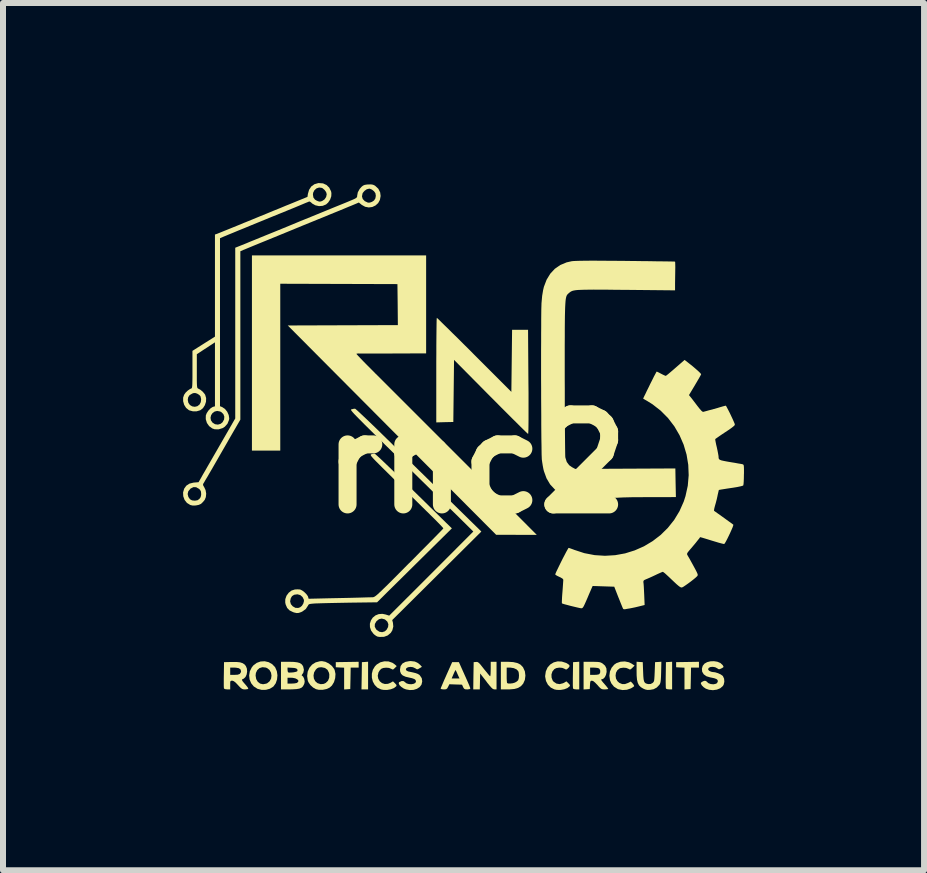
<source format=kicad_pcb>
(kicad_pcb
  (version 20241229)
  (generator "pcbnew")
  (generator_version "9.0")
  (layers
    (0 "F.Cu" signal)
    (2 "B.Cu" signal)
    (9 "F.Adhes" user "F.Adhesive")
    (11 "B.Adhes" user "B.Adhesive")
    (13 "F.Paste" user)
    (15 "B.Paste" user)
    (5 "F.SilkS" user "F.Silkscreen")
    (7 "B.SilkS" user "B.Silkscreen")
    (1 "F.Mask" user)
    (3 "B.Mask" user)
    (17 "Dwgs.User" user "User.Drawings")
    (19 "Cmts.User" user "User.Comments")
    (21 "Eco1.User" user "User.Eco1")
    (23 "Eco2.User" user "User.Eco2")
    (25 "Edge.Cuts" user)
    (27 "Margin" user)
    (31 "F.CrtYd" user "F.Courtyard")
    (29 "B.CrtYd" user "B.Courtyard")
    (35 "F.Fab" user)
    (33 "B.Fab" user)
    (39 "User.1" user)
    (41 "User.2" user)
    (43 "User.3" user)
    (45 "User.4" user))
  (footprint "rnc2"
    (layer "F.Cu")
    (at 4.883 4.675)
    (property "Reference" "rnc2" (at 0 0 0) (layer "F.SilkS") (effects (font (size 1.5 1.5) (thickness 0.3))))
    (attr board_only exclude_from_pos_files exclude_from_bom)
    (fp_poly (pts (xy -1.801 3.529) (xy -1.801 3.76) (xy -1.856 3.76) (xy -1.911 3.76) (xy -1.907 3.533) (xy -1.904 3.306) (xy -1.853 3.303) (xy -1.801 3.299)) (stroke (width 0) (type solid)) (fill yes) (layer "F.SilkS"))
    (fp_poly (pts (xy 1.717 3.529) (xy 1.717 3.76) (xy 1.668 3.76) (xy 1.634 3.756) (xy 1.615 3.747) (xy 1.613 3.744) (xy 1.612 3.728) (xy 1.61 3.691) (xy 1.61 3.639) (xy 1.61 3.575) (xy 1.611 3.518) (xy 1.614 3.306) (xy 1.665 3.303) (xy 1.717 3.299)) (stroke (width 0) (type solid)) (fill yes) (layer "F.SilkS"))
    (fp_poly (pts (xy 3.264 3.529) (xy 3.264 3.76) (xy 3.215 3.76) (xy 3.181 3.756) (xy 3.162 3.747) (xy 3.161 3.744) (xy 3.159 3.728) (xy 3.158 3.691) (xy 3.157 3.639) (xy 3.157 3.575) (xy 3.158 3.518) (xy 3.161 3.306) (xy 3.213 3.303) (xy 3.264 3.299)) (stroke (width 0) (type solid)) (fill yes) (layer "F.SilkS"))
    (fp_poly (pts (xy -1.958 3.348) (xy -1.958 3.397) (xy -2.025 3.397) (xy -2.091 3.397) (xy -2.094 3.575) (xy -2.098 3.754) (xy -2.149 3.758) (xy -2.2 3.761) (xy -2.2 3.58) (xy -2.2 3.398) (xy -2.27 3.395) (xy -2.339 3.391) (xy -2.339 3.349) (xy -2.339 3.306) (xy -2.149 3.303) (xy -1.958 3.3)) (stroke (width 0) (type solid)) (fill yes) (layer "F.SilkS"))
    (fp_poly (pts (xy 3.711 3.348) (xy 3.711 3.397) (xy 3.645 3.397) (xy 3.579 3.397) (xy 3.576 3.575) (xy 3.572 3.754) (xy 3.521 3.758) (xy 3.47 3.761) (xy 3.47 3.58) (xy 3.47 3.398) (xy 3.4 3.395) (xy 3.331 3.391) (xy 3.331 3.349) (xy 3.331 3.306) (xy 3.521 3.303) (xy 3.711 3.3)) (stroke (width 0) (type solid)) (fill yes) (layer "F.SilkS"))
    (fp_poly (pts (xy 0.339 3.53) (xy 0.339 3.76) (xy 0.305 3.76) (xy 0.289 3.757) (xy 0.272 3.748) (xy 0.251 3.728) (xy 0.223 3.696) (xy 0.184 3.648) (xy 0.169 3.627) (xy 0.066 3.495) (xy 0.063 3.627) (xy 0.06 3.76) (xy 0.005 3.76) (xy -0.049 3.76) (xy -0.046 3.533) (xy -0.042 3.306) (xy -0.004 3.303) (xy 0.013 3.302) (xy 0.029 3.307) (xy 0.046 3.32) (xy 0.069 3.344) (xy 0.1 3.383) (xy 0.129 3.42) (xy 0.166 3.465) (xy 0.197 3.503) (xy 0.22 3.53) (xy 0.232 3.541) (xy 0.233 3.541) (xy 0.237 3.53) (xy 0.24 3.501) (xy 0.241 3.457) (xy 0.242 3.421) (xy 0.242 3.3) (xy 0.29 3.3) (xy 0.339 3.3)) (stroke (width 0) (type solid)) (fill yes) (layer "F.SilkS"))
    (fp_poly (pts (xy 3.081 3.474) (xy 3.079 3.544) (xy 3.076 3.595) (xy 3.072 3.63) (xy 3.067 3.654) (xy 3.059 3.672) (xy 3.052 3.683) (xy 3.008 3.729) (xy 2.956 3.757) (xy 2.901 3.767) (xy 2.853 3.769) (xy 2.815 3.761) (xy 2.781 3.746) (xy 2.741 3.721) (xy 2.712 3.691) (xy 2.692 3.651) (xy 2.679 3.599) (xy 2.673 3.529) (xy 2.672 3.454) (xy 2.672 3.299) (xy 2.723 3.303) (xy 2.775 3.306) (xy 2.781 3.466) (xy 2.784 3.539) (xy 2.789 3.591) (xy 2.797 3.626) (xy 2.81 3.648) (xy 2.828 3.661) (xy 2.855 3.669) (xy 2.866 3.671) (xy 2.906 3.67) (xy 2.938 3.653) (xy 2.95 3.642) (xy 2.959 3.629) (xy 2.965 3.609) (xy 2.968 3.579) (xy 2.971 3.533) (xy 2.974 3.468) (xy 2.98 3.306) (xy 3.032 3.303) (xy 3.085 3.299)) (stroke (width 0) (type solid)) (fill yes) (layer "F.SilkS"))
    (fp_poly (pts (xy -1.461 3.294) (xy -1.397 3.316) (xy -1.357 3.343) (xy -1.324 3.372) (xy -1.356 3.404) (xy -1.378 3.425) (xy -1.393 3.429) (xy -1.411 3.42) (xy -1.416 3.417) (xy -1.453 3.402) (xy -1.501 3.398) (xy -1.548 3.403) (xy -1.582 3.417) (xy -1.606 3.442) (xy -1.627 3.475) (xy -1.628 3.478) (xy -1.64 3.533) (xy -1.631 3.583) (xy -1.606 3.625) (xy -1.569 3.655) (xy -1.522 3.67) (xy -1.47 3.667) (xy -1.434 3.653) (xy -1.386 3.626) (xy -1.352 3.659) (xy -1.331 3.682) (xy -1.327 3.698) (xy -1.333 3.709) (xy -1.37 3.738) (xy -1.423 3.758) (xy -1.484 3.769) (xy -1.545 3.768) (xy -1.586 3.76) (xy -1.646 3.731) (xy -1.691 3.685) (xy -1.722 3.629) (xy -1.738 3.565) (xy -1.738 3.498) (xy -1.722 3.434) (xy -1.687 3.376) (xy -1.658 3.346) (xy -1.598 3.309) (xy -1.53 3.292)) (stroke (width 0) (type solid)) (fill yes) (layer "F.SilkS"))
    (fp_poly (pts (xy 0.616 3.305) (xy 0.683 3.32) (xy 0.735 3.345) (xy 0.774 3.384) (xy 0.782 3.395) (xy 0.811 3.459) (xy 0.82 3.53) (xy 0.811 3.601) (xy 0.783 3.664) (xy 0.782 3.665) (xy 0.746 3.706) (xy 0.698 3.735) (xy 0.635 3.753) (xy 0.554 3.76) (xy 0.529 3.76) (xy 0.411 3.76) (xy 0.411 3.53) (xy 0.411 3.522) (xy 0.508 3.522) (xy 0.508 3.575) (xy 0.51 3.618) (xy 0.513 3.647) (xy 0.516 3.655) (xy 0.536 3.662) (xy 0.571 3.662) (xy 0.611 3.657) (xy 0.646 3.646) (xy 0.677 3.628) (xy 0.699 3.607) (xy 0.7 3.604) (xy 0.71 3.571) (xy 0.713 3.526) (xy 0.709 3.482) (xy 0.701 3.457) (xy 0.673 3.427) (xy 0.627 3.406) (xy 0.572 3.397) (xy 0.563 3.397) (xy 0.508 3.397) (xy 0.508 3.522) (xy 0.411 3.522) (xy 0.411 3.3) (xy 0.529 3.3)) (stroke (width 0) (type solid)) (fill yes) (layer "F.SilkS"))
    (fp_poly (pts (xy 1.426 3.296) (xy 1.498 3.319) (xy 1.513 3.327) (xy 1.546 3.349) (xy 1.557 3.369) (xy 1.547 3.39) (xy 1.53 3.408) (xy 1.509 3.426) (xy 1.493 3.428) (xy 1.473 3.417) (xy 1.433 3.401) (xy 1.384 3.397) (xy 1.335 3.405) (xy 1.302 3.422) (xy 1.27 3.461) (xy 1.254 3.511) (xy 1.256 3.564) (xy 1.274 3.612) (xy 1.29 3.632) (xy 1.337 3.663) (xy 1.39 3.672) (xy 1.445 3.658) (xy 1.456 3.653) (xy 1.503 3.626) (xy 1.537 3.659) (xy 1.558 3.682) (xy 1.563 3.698) (xy 1.556 3.709) (xy 1.519 3.738) (xy 1.467 3.758) (xy 1.406 3.769) (xy 1.344 3.768) (xy 1.303 3.76) (xy 1.243 3.73) (xy 1.195 3.682) (xy 1.163 3.62) (xy 1.149 3.548) (xy 1.149 3.535) (xy 1.16 3.46) (xy 1.189 3.395) (xy 1.234 3.345) (xy 1.291 3.31) (xy 1.356 3.293)) (stroke (width 0) (type solid)) (fill yes) (layer "F.SilkS"))
    (fp_poly (pts (xy 2.544 3.308) (xy 2.587 3.329) (xy 2.639 3.363) (xy 2.602 3.4) (xy 2.578 3.422) (xy 2.562 3.429) (xy 2.546 3.423) (xy 2.537 3.417) (xy 2.499 3.402) (xy 2.451 3.398) (xy 2.404 3.405) (xy 2.39 3.41) (xy 2.352 3.44) (xy 2.329 3.482) (xy 2.322 3.53) (xy 2.329 3.58) (xy 2.353 3.623) (xy 2.384 3.651) (xy 2.432 3.671) (xy 2.479 3.671) (xy 2.531 3.652) (xy 2.576 3.629) (xy 2.606 3.661) (xy 2.624 3.685) (xy 2.632 3.703) (xy 2.632 3.705) (xy 2.62 3.717) (xy 2.593 3.734) (xy 2.575 3.744) (xy 2.511 3.766) (xy 2.439 3.771) (xy 2.371 3.758) (xy 2.357 3.753) (xy 2.295 3.714) (xy 2.251 3.659) (xy 2.229 3.607) (xy 2.219 3.533) (xy 2.228 3.462) (xy 2.256 3.399) (xy 2.3 3.347) (xy 2.337 3.322) (xy 2.404 3.299) (xy 2.476 3.294)) (stroke (width 0) (type solid)) (fill yes) (layer "F.SilkS"))
    (fp_poly (pts (xy -3.458 3.306) (xy -3.399 3.339) (xy -3.351 3.389) (xy -3.347 3.396) (xy -3.321 3.457) (xy -3.311 3.525) (xy -3.318 3.595) (xy -3.34 3.659) (xy -3.377 3.71) (xy -3.381 3.714) (xy -3.437 3.749) (xy -3.503 3.767) (xy -3.574 3.768) (xy -3.641 3.751) (xy -3.645 3.749) (xy -3.706 3.71) (xy -3.749 3.657) (xy -3.775 3.594) (xy -3.782 3.53) (xy -3.675 3.53) (xy -3.665 3.588) (xy -3.639 3.633) (xy -3.6 3.663) (xy -3.551 3.674) (xy -3.498 3.664) (xy -3.481 3.657) (xy -3.441 3.624) (xy -3.417 3.58) (xy -3.41 3.531) (xy -3.418 3.482) (xy -3.442 3.438) (xy -3.481 3.406) (xy -3.505 3.396) (xy -3.561 3.39) (xy -3.61 3.405) (xy -3.647 3.438) (xy -3.67 3.486) (xy -3.675 3.53) (xy -3.782 3.53) (xy -3.782 3.527) (xy -3.771 3.459) (xy -3.739 3.394) (xy -3.712 3.36) (xy -3.656 3.318) (xy -3.592 3.295) (xy -3.524 3.291)) (stroke (width 0) (type solid)) (fill yes) (layer "F.SilkS"))
    (fp_poly (pts (xy -0.193 3.518) (xy -0.163 3.585) (xy -0.137 3.644) (xy -0.116 3.693) (xy -0.103 3.728) (xy -0.097 3.744) (xy -0.097 3.745) (xy -0.108 3.755) (xy -0.141 3.76) (xy -0.149 3.76) (xy -0.183 3.758) (xy -0.202 3.748) (xy -0.216 3.726) (xy -0.218 3.721) (xy -0.236 3.681) (xy -0.341 3.678) (xy -0.447 3.674) (xy -0.468 3.717) (xy -0.483 3.744) (xy -0.501 3.757) (xy -0.531 3.76) (xy -0.54 3.76) (xy -0.572 3.757) (xy -0.59 3.751) (xy -0.592 3.748) (xy -0.588 3.734) (xy -0.574 3.701) (xy -0.554 3.654) (xy -0.529 3.595) (xy -0.521 3.578) (xy -0.409 3.578) (xy -0.344 3.578) (xy -0.278 3.578) (xy -0.309 3.51) (xy -0.325 3.473) (xy -0.338 3.447) (xy -0.343 3.437) (xy -0.349 3.445) (xy -0.362 3.47) (xy -0.378 3.506) (xy -0.409 3.578) (xy -0.521 3.578) (xy -0.499 3.528) (xy -0.496 3.521) (xy -0.4 3.306) (xy -0.344 3.306) (xy -0.288 3.306)) (stroke (width 0) (type solid)) (fill yes) (layer "F.SilkS"))
    (fp_poly (pts (xy -2.512 3.3) (xy -2.455 3.328) (xy -2.404 3.369) (xy -2.367 3.418) (xy -2.358 3.437) (xy -2.344 3.503) (xy -2.349 3.572) (xy -2.369 3.639) (xy -2.403 3.695) (xy -2.443 3.731) (xy -2.494 3.754) (xy -2.558 3.767) (xy -2.621 3.767) (xy -2.669 3.756) (xy -2.717 3.729) (xy -2.761 3.689) (xy -2.793 3.643) (xy -2.805 3.616) (xy -2.816 3.537) (xy -2.815 3.528) (xy -2.71 3.528) (xy -2.704 3.579) (xy -2.681 3.624) (xy -2.645 3.655) (xy -2.643 3.656) (xy -2.59 3.673) (xy -2.54 3.668) (xy -2.506 3.652) (xy -2.469 3.616) (xy -2.449 3.566) (xy -2.447 3.51) (xy -2.453 3.482) (xy -2.478 3.433) (xy -2.519 3.403) (xy -2.575 3.391) (xy -2.585 3.391) (xy -2.623 3.395) (xy -2.651 3.409) (xy -2.673 3.431) (xy -2.7 3.476) (xy -2.71 3.528) (xy -2.815 3.528) (xy -2.807 3.464) (xy -2.778 3.399) (xy -2.734 3.347) (xy -2.675 3.31) (xy -2.604 3.291) (xy -2.569 3.289)) (stroke (width 0) (type solid)) (fill yes) (layer "F.SilkS"))
    (fp_poly (pts (xy -0.646 -2.422) (xy -0.62 -2.398) (xy -0.581 -2.359) (xy -0.528 -2.307) (xy -0.463 -2.244) (xy -0.389 -2.17) (xy -0.305 -2.088) (xy -0.214 -1.997) (xy -0.117 -1.901) (xy -0.03 -1.813) (xy 0.586 -1.197) (xy 0.592 -1.714) (xy 0.598 -2.231) (xy 0.731 -2.231) (xy 0.864 -2.231) (xy 0.87 -1.363) (xy 0.872 -1.173) (xy 0.872 -1.006) (xy 0.872 -0.862) (xy 0.872 -0.742) (xy 0.871 -0.646) (xy 0.87 -0.573) (xy 0.868 -0.524) (xy 0.866 -0.5) (xy 0.864 -0.496) (xy 0.854 -0.505) (xy 0.828 -0.529) (xy 0.788 -0.568) (xy 0.735 -0.62) (xy 0.671 -0.684) (xy 0.596 -0.758) (xy 0.513 -0.841) (xy 0.422 -0.932) (xy 0.326 -1.029) (xy 0.242 -1.113) (xy -0.369 -1.73) (xy -0.375 -1.212) (xy -0.381 -0.695) (xy -0.523 -0.692) (xy -0.665 -0.688) (xy -0.665 -1.559) (xy -0.665 -1.702) (xy -0.664 -1.837) (xy -0.664 -1.964) (xy -0.663 -2.079) (xy -0.662 -2.181) (xy -0.661 -2.268) (xy -0.66 -2.338) (xy -0.659 -2.39) (xy -0.657 -2.421) (xy -0.656 -2.43)) (stroke (width 0) (type solid)) (fill yes) (layer "F.SilkS"))
    (fp_poly (pts (xy -0.834 -2.654) (xy -0.834 -1.838) (xy -1.387 -1.836) (xy -1.501 -1.835) (xy -1.609 -1.835) (xy -1.707 -1.835) (xy -1.793 -1.835) (xy -1.865 -1.835) (xy -1.92 -1.835) (xy -1.955 -1.836) (xy -1.968 -1.836) (xy -1.989 -1.834) (xy -1.995 -1.829) (xy -1.986 -1.818) (xy -1.963 -1.793) (xy -1.926 -1.754) (xy -1.877 -1.703) (xy -1.818 -1.643) (xy -1.75 -1.575) (xy -1.677 -1.501) (xy -1.641 -1.466) (xy -1.588 -1.413) (xy -1.519 -1.344) (xy -1.436 -1.261) (xy -1.34 -1.165) (xy -1.233 -1.058) (xy -1.116 -0.941) (xy -0.99 -0.815) (xy -0.858 -0.683) (xy -0.719 -0.544) (xy -0.577 -0.402) (xy -0.432 -0.257) (xy -0.285 -0.11) (xy -0.139 0.036) (xy 1.009 1.185) (xy 0.671 1.185) (xy 0.332 1.184) (xy -1.404 -0.559) (xy -3.139 -2.303) (xy -2.222 -2.306) (xy -1.305 -2.309) (xy -1.308 -2.651) (xy -1.312 -2.992) (xy -2.288 -2.995) (xy -3.264 -2.998) (xy -3.264 -1.608) (xy -3.264 -0.218) (xy -3.5 -0.218) (xy -3.736 -0.218) (xy -3.736 -1.844) (xy -3.736 -3.47) (xy -2.285 -3.47) (xy -0.834 -3.47)) (stroke (width 0) (type solid)) (fill yes) (layer "F.SilkS"))
    (fp_poly (pts (xy -1.022 3.296) (xy -0.968 3.322) (xy -0.932 3.353) (xy -0.904 3.384) (xy -0.944 3.408) (xy -0.97 3.423) (xy -0.987 3.425) (xy -1.005 3.415) (xy -1.013 3.409) (xy -1.054 3.39) (xy -1.094 3.385) (xy -1.136 3.391) (xy -1.162 3.406) (xy -1.172 3.425) (xy -1.163 3.445) (xy -1.135 3.46) (xy -1.122 3.463) (xy -1.055 3.477) (xy -1.007 3.489) (xy -0.973 3.502) (xy -0.949 3.516) (xy -0.938 3.527) (xy -0.907 3.573) (xy -0.899 3.627) (xy -0.911 3.68) (xy -0.941 3.72) (xy -0.987 3.75) (xy -1.044 3.768) (xy -1.106 3.771) (xy -1.169 3.76) (xy -1.208 3.745) (xy -1.247 3.719) (xy -1.276 3.691) (xy -1.29 3.664) (xy -1.287 3.643) (xy -1.281 3.638) (xy -1.239 3.62) (xy -1.206 3.623) (xy -1.187 3.639) (xy -1.159 3.66) (xy -1.122 3.671) (xy -1.081 3.674) (xy -1.043 3.667) (xy -1.015 3.653) (xy -1.003 3.63) (xy -1.003 3.628) (xy -1.01 3.604) (xy -1.031 3.587) (xy -1.07 3.573) (xy -1.107 3.565) (xy -1.176 3.549) (xy -1.223 3.528) (xy -1.252 3.5) (xy -1.267 3.461) (xy -1.269 3.425) (xy -1.259 3.371) (xy -1.229 3.329) (xy -1.18 3.302) (xy -1.114 3.289) (xy -1.088 3.288)) (stroke (width 0) (type solid)) (fill yes) (layer "F.SilkS"))
    (fp_poly (pts (xy 1.988 3.301) (xy 2.031 3.303) (xy 2.06 3.307) (xy 2.082 3.315) (xy 2.103 3.327) (xy 2.105 3.328) (xy 2.147 3.365) (xy 2.169 3.409) (xy 2.173 3.466) (xy 2.172 3.473) (xy 2.162 3.518) (xy 2.143 3.557) (xy 2.117 3.583) (xy 2.095 3.591) (xy 2.084 3.592) (xy 2.082 3.6) (xy 2.092 3.617) (xy 2.115 3.646) (xy 2.14 3.674) (xy 2.169 3.708) (xy 2.19 3.735) (xy 2.2 3.751) (xy 2.2 3.752) (xy 2.189 3.756) (xy 2.162 3.759) (xy 2.142 3.76) (xy 2.111 3.759) (xy 2.089 3.753) (xy 2.069 3.74) (xy 2.043 3.714) (xy 2.02 3.687) (xy 1.979 3.645) (xy 1.949 3.621) (xy 1.928 3.615) (xy 1.912 3.617) (xy 1.903 3.627) (xy 1.898 3.651) (xy 1.896 3.684) (xy 1.892 3.754) (xy 1.841 3.758) (xy 1.789 3.761) (xy 1.789 3.531) (xy 1.789 3.458) (xy 1.898 3.458) (xy 1.898 3.518) (xy 1.968 3.518) (xy 2.009 3.516) (xy 2.04 3.51) (xy 2.053 3.504) (xy 2.066 3.477) (xy 2.066 3.444) (xy 2.053 3.417) (xy 2.044 3.41) (xy 2.018 3.402) (xy 1.98 3.398) (xy 1.959 3.397) (xy 1.898 3.397) (xy 1.898 3.458) (xy 1.789 3.458) (xy 1.789 3.3) (xy 1.926 3.3)) (stroke (width 0) (type solid)) (fill yes) (layer "F.SilkS"))
    (fp_poly (pts (xy -3.039 3.302) (xy -2.98 3.309) (xy -2.938 3.321) (xy -2.909 3.34) (xy -2.888 3.367) (xy -2.882 3.38) (xy -2.87 3.434) (xy -2.88 3.482) (xy -2.897 3.507) (xy -2.908 3.524) (xy -2.902 3.532) (xy -2.897 3.534) (xy -2.882 3.549) (xy -2.868 3.578) (xy -2.865 3.587) (xy -2.857 3.626) (xy -2.862 3.66) (xy -2.87 3.679) (xy -2.887 3.71) (xy -2.911 3.732) (xy -2.946 3.747) (xy -2.995 3.755) (xy -3.063 3.759) (xy -3.113 3.76) (xy -3.252 3.76) (xy -3.252 3.615) (xy -3.143 3.615) (xy -3.143 3.663) (xy -3.076 3.663) (xy -3.034 3.661) (xy -2.999 3.655) (xy -2.985 3.651) (xy -2.964 3.631) (xy -2.963 3.611) (xy -2.981 3.592) (xy -3.013 3.576) (xy -3.057 3.567) (xy -3.079 3.566) (xy -3.143 3.566) (xy -3.143 3.615) (xy -3.252 3.615) (xy -3.252 3.53) (xy -3.252 3.431) (xy -3.143 3.431) (xy -3.14 3.459) (xy -3.134 3.475) (xy -3.117 3.48) (xy -3.085 3.479) (xy -3.046 3.476) (xy -3.01 3.469) (xy -2.986 3.461) (xy -2.982 3.458) (xy -2.975 3.439) (xy -2.982 3.424) (xy -2.998 3.411) (xy -3.03 3.403) (xy -3.069 3.4) (xy -3.143 3.396) (xy -3.143 3.431) (xy -3.252 3.431) (xy -3.252 3.3) (xy -3.119 3.3)) (stroke (width 0) (type solid)) (fill yes) (layer "F.SilkS"))
    (fp_poly (pts (xy -3.993 3.303) (xy -3.934 3.309) (xy -3.891 3.323) (xy -3.859 3.344) (xy -3.837 3.371) (xy -3.82 3.413) (xy -3.816 3.462) (xy -3.824 3.511) (xy -3.843 3.553) (xy -3.871 3.58) (xy -3.882 3.585) (xy -3.898 3.592) (xy -3.902 3.603) (xy -3.893 3.622) (xy -3.869 3.652) (xy -3.85 3.673) (xy -3.823 3.705) (xy -3.803 3.732) (xy -3.796 3.746) (xy -3.807 3.755) (xy -3.836 3.759) (xy -3.849 3.76) (xy -3.877 3.759) (xy -3.899 3.752) (xy -3.921 3.737) (xy -3.949 3.709) (xy -3.969 3.687) (xy -4.007 3.647) (xy -4.037 3.624) (xy -4.061 3.615) (xy -4.066 3.615) (xy -4.084 3.616) (xy -4.094 3.624) (xy -4.098 3.644) (xy -4.098 3.681) (xy -4.098 3.687) (xy -4.098 3.76) (xy -4.147 3.76) (xy -4.181 3.756) (xy -4.2 3.747) (xy -4.202 3.744) (xy -4.204 3.728) (xy -4.205 3.691) (xy -4.205 3.639) (xy -4.205 3.575) (xy -4.204 3.518) (xy -4.203 3.458) (xy -4.098 3.458) (xy -4.098 3.518) (xy -4.027 3.518) (xy -3.974 3.515) (xy -3.942 3.504) (xy -3.936 3.499) (xy -3.92 3.474) (xy -3.917 3.458) (xy -3.926 3.427) (xy -3.954 3.407) (xy -4.002 3.398) (xy -4.027 3.397) (xy -4.098 3.397) (xy -4.098 3.458) (xy -4.203 3.458) (xy -4.201 3.306) (xy -4.071 3.303)) (stroke (width 0) (type solid)) (fill yes) (layer "F.SilkS"))
    (fp_poly (pts (xy 4.018 3.299) (xy 4.068 3.32) (xy 4.104 3.353) (xy 4.107 3.357) (xy 4.119 3.377) (xy 4.119 3.389) (xy 4.104 3.4) (xy 4.08 3.413) (xy 4.053 3.424) (xy 4.035 3.422) (xy 4.015 3.408) (xy 3.982 3.391) (xy 3.942 3.384) (xy 3.904 3.387) (xy 3.876 3.4) (xy 3.869 3.409) (xy 3.864 3.429) (xy 3.877 3.446) (xy 3.883 3.451) (xy 3.913 3.465) (xy 3.936 3.47) (xy 3.98 3.475) (xy 4.029 3.49) (xy 4.074 3.511) (xy 4.105 3.533) (xy 4.11 3.538) (xy 4.13 3.582) (xy 4.134 3.633) (xy 4.122 3.683) (xy 4.108 3.705) (xy 4.066 3.741) (xy 4.009 3.764) (xy 3.944 3.773) (xy 3.878 3.766) (xy 3.826 3.748) (xy 3.79 3.724) (xy 3.762 3.696) (xy 3.756 3.688) (xy 3.743 3.663) (xy 3.744 3.649) (xy 3.76 3.636) (xy 3.762 3.634) (xy 3.798 3.617) (xy 3.827 3.619) (xy 3.841 3.631) (xy 3.868 3.656) (xy 3.909 3.671) (xy 3.955 3.675) (xy 3.997 3.665) (xy 4.002 3.663) (xy 4.021 3.641) (xy 4.026 3.621) (xy 4.02 3.602) (xy 4.002 3.587) (xy 3.967 3.574) (xy 3.911 3.562) (xy 3.899 3.56) (xy 3.836 3.541) (xy 3.791 3.509) (xy 3.765 3.466) (xy 3.76 3.415) (xy 3.774 3.367) (xy 3.803 3.331) (xy 3.847 3.306) (xy 3.902 3.292) (xy 3.961 3.29)) (stroke (width 0) (type solid)) (fill yes) (layer "F.SilkS"))
    (fp_poly (pts (xy -2.005 -0.907) (xy -1.977 -0.883) (xy -1.935 -0.844) (xy -1.881 -0.793) (xy -1.815 -0.731) (xy -1.74 -0.659) (xy -1.657 -0.579) (xy -1.568 -0.492) (xy -1.474 -0.4) (xy -1.466 -0.393) (xy -1.351 -0.279) (xy -1.223 -0.153) (xy -1.087 -0.02) (xy -0.947 0.117) (xy -0.807 0.254) (xy -0.672 0.387) (xy -0.546 0.51) (xy -0.432 0.622) (xy -0.425 0.629) (xy 0.086 1.13) (xy -0.657 1.868) (xy -1.399 2.605) (xy -1.387 2.649) (xy -1.381 2.713) (xy -1.397 2.776) (xy -1.423 2.818) (xy -1.474 2.861) (xy -1.535 2.884) (xy -1.608 2.886) (xy -1.642 2.881) (xy -1.667 2.869) (xy -1.698 2.846) (xy -1.711 2.834) (xy -1.751 2.78) (xy -1.77 2.722) (xy -1.77 2.715) (xy -1.69 2.715) (xy -1.668 2.758) (xy -1.657 2.769) (xy -1.614 2.799) (xy -1.567 2.807) (xy -1.523 2.793) (xy -1.494 2.768) (xy -1.468 2.721) (xy -1.463 2.674) (xy -1.48 2.631) (xy -1.517 2.597) (xy -1.525 2.593) (xy -1.573 2.58) (xy -1.619 2.59) (xy -1.661 2.624) (xy -1.662 2.625) (xy -1.688 2.67) (xy -1.69 2.715) (xy -1.77 2.715) (xy -1.771 2.665) (xy -1.754 2.611) (xy -1.723 2.564) (xy -1.679 2.528) (xy -1.625 2.506) (xy -1.563 2.501) (xy -1.509 2.512) (xy -1.449 2.531) (xy -0.748 1.831) (xy -0.048 1.13) (xy -0.329 0.852) (xy -0.407 0.776) (xy -0.498 0.686) (xy -0.596 0.589) (xy -0.699 0.488) (xy -0.801 0.387) (xy -0.898 0.292) (xy -0.955 0.236) (xy -1.12 0.074) (xy -1.268 -0.071) (xy -1.4 -0.201) (xy -1.518 -0.316) (xy -1.621 -0.419) (xy -1.712 -0.508) (xy -1.791 -0.586) (xy -1.858 -0.652) (xy -1.914 -0.709) (xy -1.961 -0.756) (xy -1.999 -0.795) (xy -2.029 -0.826) (xy -2.051 -0.85) (xy -2.067 -0.869) (xy -2.078 -0.883) (xy -2.084 -0.892) (xy -2.086 -0.898) (xy -2.085 -0.902) (xy -2.082 -0.904) (xy -2.077 -0.906) (xy -2.072 -0.907) (xy -2.072 -0.907) (xy -2.04 -0.915) (xy -2.017 -0.916)) (stroke (width 0) (type solid)) (fill yes) (layer "F.SilkS"))
    (fp_poly (pts (xy 2.136 -3.381) (xy 2.293 -3.38) (xy 2.472 -3.379) (xy 2.49 -3.378) (xy 2.629 -3.377) (xy 2.76 -3.375) (xy 2.882 -3.374) (xy 2.992 -3.372) (xy 3.09 -3.371) (xy 3.172 -3.37) (xy 3.238 -3.369) (xy 3.284 -3.368) (xy 3.309 -3.367) (xy 3.313 -3.366) (xy 3.315 -3.354) (xy 3.316 -3.321) (xy 3.317 -3.274) (xy 3.316 -3.217) (xy 3.316 -3.208) (xy 3.315 -3.139) (xy 3.314 -3.071) (xy 3.313 -3.011) (xy 3.313 -2.97) (xy 3.313 -2.888) (xy 2.499 -2.896) (xy 2.332 -2.897) (xy 2.187 -2.899) (xy 2.063 -2.899) (xy 1.958 -2.9) (xy 1.87 -2.899) (xy 1.797 -2.898) (xy 1.738 -2.896) (xy 1.691 -2.894) (xy 1.654 -2.89) (xy 1.625 -2.885) (xy 1.602 -2.879) (xy 1.584 -2.871) (xy 1.57 -2.863) (xy 1.556 -2.852) (xy 1.548 -2.846) (xy 1.537 -2.836) (xy 1.527 -2.827) (xy 1.518 -2.817) (xy 1.51 -2.805) (xy 1.503 -2.789) (xy 1.497 -2.767) (xy 1.492 -2.74) (xy 1.488 -2.704) (xy 1.485 -2.659) (xy 1.482 -2.604) (xy 1.48 -2.536) (xy 1.478 -2.455) (xy 1.477 -2.36) (xy 1.476 -2.248) (xy 1.476 -2.119) (xy 1.475 -1.972) (xy 1.475 -1.804) (xy 1.475 -1.614) (xy 1.475 -1.421) (xy 1.476 -1.247) (xy 1.476 -1.079) (xy 1.476 -0.919) (xy 1.477 -0.768) (xy 1.478 -0.628) (xy 1.479 -0.501) (xy 1.48 -0.388) (xy 1.481 -0.292) (xy 1.482 -0.213) (xy 1.483 -0.154) (xy 1.484 -0.116) (xy 1.486 -0.101) (xy 1.509 -0.029) (xy 1.549 0.025) (xy 1.596 0.058) (xy 1.65 0.087) (xy 2.484 0.083) (xy 3.318 0.079) (xy 3.322 0.317) (xy 3.327 0.556) (xy 3.105 0.557) (xy 3.015 0.557) (xy 2.915 0.557) (xy 2.816 0.557) (xy 2.726 0.558) (xy 2.69 0.558) (xy 2.611 0.558) (xy 2.528 0.56) (xy 2.45 0.562) (xy 2.385 0.565) (xy 2.37 0.566) (xy 2.323 0.568) (xy 2.257 0.569) (xy 2.176 0.57) (xy 2.086 0.57) (xy 1.989 0.569) (xy 1.898 0.567) (xy 1.807 0.565) (xy 1.723 0.562) (xy 1.648 0.558) (xy 1.587 0.555) (xy 1.543 0.551) (xy 1.519 0.547) (xy 1.517 0.547) (xy 1.405 0.496) (xy 1.31 0.429) (xy 1.232 0.345) (xy 1.172 0.244) (xy 1.129 0.126) (xy 1.12 0.091) (xy 1.109 0.033) (xy 1.099 -0.03) (xy 1.093 -0.073) (xy 1.092 -0.101) (xy 1.09 -0.151) (xy 1.089 -0.221) (xy 1.088 -0.309) (xy 1.086 -0.414) (xy 1.085 -0.532) (xy 1.084 -0.662) (xy 1.084 -0.802) (xy 1.083 -0.949) (xy 1.082 -1.102) (xy 1.082 -1.259) (xy 1.081 -1.418) (xy 1.081 -1.576) (xy 1.081 -1.731) (xy 1.081 -1.882) (xy 1.082 -2.027) (xy 1.082 -2.162) (xy 1.083 -2.287) (xy 1.083 -2.399) (xy 1.084 -2.496) (xy 1.085 -2.577) (xy 1.087 -2.638) (xy 1.088 -2.678) (xy 1.089 -2.685) (xy 1.099 -2.797) (xy 1.115 -2.892) (xy 1.128 -2.947) (xy 1.173 -3.065) (xy 1.234 -3.165) (xy 1.31 -3.247) (xy 1.401 -3.31) (xy 1.506 -3.354) (xy 1.59 -3.373) (xy 1.617 -3.376) (xy 1.659 -3.378) (xy 1.718 -3.38) (xy 1.794 -3.381) (xy 1.888 -3.382) (xy 2.002 -3.382)) (stroke (width 0) (type solid)) (fill yes) (layer "F.SilkS"))
    (fp_poly (pts (xy -1.679 -0.158) (xy -1.651 -0.133) (xy -1.609 -0.095) (xy -1.555 -0.044) (xy -1.489 0.019) (xy -1.414 0.091) (xy -1.331 0.171) (xy -1.241 0.258) (xy -1.147 0.35) (xy -1.134 0.363) (xy -1.036 0.459) (xy -0.941 0.552) (xy -0.85 0.641) (xy -0.766 0.724) (xy -0.689 0.799) (xy -0.623 0.864) (xy -0.568 0.918) (xy -0.527 0.958) (xy -0.502 0.983) (xy -0.405 1.077) (xy -0.973 1.638) (xy -1.072 1.736) (xy -1.167 1.83) (xy -1.257 1.919) (xy -1.34 2.001) (xy -1.414 2.074) (xy -1.478 2.137) (xy -1.53 2.189) (xy -1.568 2.227) (xy -1.592 2.25) (xy -1.596 2.255) (xy -1.651 2.309) (xy -2.11 2.315) (xy -2.218 2.317) (xy -2.324 2.319) (xy -2.423 2.321) (xy -2.511 2.323) (xy -2.586 2.325) (xy -2.644 2.327) (xy -2.68 2.328) (xy -2.732 2.332) (xy -2.765 2.336) (xy -2.785 2.342) (xy -2.796 2.352) (xy -2.804 2.368) (xy -2.805 2.369) (xy -2.839 2.421) (xy -2.894 2.461) (xy -2.916 2.472) (xy -2.957 2.486) (xy -2.992 2.488) (xy -3.032 2.479) (xy -3.05 2.473) (xy -3.109 2.444) (xy -3.149 2.403) (xy -3.174 2.346) (xy -3.181 2.315) (xy -3.181 2.293) (xy -3.1 2.293) (xy -3.087 2.34) (xy -3.056 2.376) (xy -3.012 2.401) (xy -2.965 2.403) (xy -2.933 2.392) (xy -2.903 2.367) (xy -2.88 2.329) (xy -2.869 2.288) (xy -2.871 2.265) (xy -2.893 2.221) (xy -2.93 2.189) (xy -2.976 2.176) (xy -2.98 2.176) (xy -3.032 2.183) (xy -3.068 2.206) (xy -3.089 2.241) (xy -3.1 2.293) (xy -3.181 2.293) (xy -3.18 2.256) (xy -3.16 2.199) (xy -3.124 2.15) (xy -3.076 2.113) (xy -3.02 2.095) (xy -3.018 2.095) (xy -2.977 2.093) (xy -2.94 2.095) (xy -2.932 2.096) (xy -2.899 2.112) (xy -2.862 2.14) (xy -2.828 2.174) (xy -2.805 2.206) (xy -2.8 2.219) (xy -2.792 2.25) (xy -2.457 2.242) (xy -2.358 2.24) (xy -2.257 2.238) (xy -2.159 2.236) (xy -2.071 2.234) (xy -1.996 2.232) (xy -1.952 2.231) (xy -1.886 2.229) (xy -1.824 2.227) (xy -1.772 2.226) (xy -1.737 2.225) (xy -1.733 2.225) (xy -1.722 2.225) (xy -1.712 2.223) (xy -1.701 2.219) (xy -1.687 2.211) (xy -1.67 2.199) (xy -1.647 2.18) (xy -1.618 2.153) (xy -1.581 2.119) (xy -1.535 2.074) (xy -1.478 2.019) (xy -1.41 1.951) (xy -1.329 1.87) (xy -1.234 1.774) (xy -1.123 1.662) (xy -1.116 1.656) (xy -1.019 1.559) (xy -0.928 1.466) (xy -0.843 1.381) (xy -0.766 1.303) (xy -0.698 1.234) (xy -0.641 1.176) (xy -0.596 1.13) (xy -0.565 1.098) (xy -0.549 1.08) (xy -0.547 1.078) (xy -0.554 1.067) (xy -0.577 1.042) (xy -0.612 1.005) (xy -0.659 0.957) (xy -0.714 0.902) (xy -0.775 0.842) (xy -0.776 0.84) (xy -0.838 0.78) (xy -0.913 0.706) (xy -0.998 0.622) (xy -1.09 0.532) (xy -1.186 0.438) (xy -1.282 0.343) (xy -1.374 0.253) (xy -1.394 0.233) (xy -1.485 0.143) (xy -1.56 0.069) (xy -1.621 0.008) (xy -1.669 -0.04) (xy -1.705 -0.077) (xy -1.73 -0.105) (xy -1.747 -0.125) (xy -1.755 -0.139) (xy -1.757 -0.147) (xy -1.755 -0.153) (xy -1.748 -0.157) (xy -1.745 -0.158) (xy -1.714 -0.166) (xy -1.691 -0.167)) (stroke (width 0) (type solid)) (fill yes) (layer "F.SilkS"))
    (fp_poly (pts (xy -1.72 -4.648) (xy -1.693 -4.636) (xy -1.681 -4.628) (xy -1.63 -4.58) (xy -1.6 -4.521) (xy -1.592 -4.46) (xy -1.604 -4.395) (xy -1.633 -4.342) (xy -1.677 -4.302) (xy -1.73 -4.277) (xy -1.789 -4.269) (xy -1.849 -4.28) (xy -1.907 -4.312) (xy -1.909 -4.314) (xy -1.955 -4.351) (xy -2.081 -4.298) (xy -2.126 -4.28) (xy -2.188 -4.254) (xy -2.265 -4.222) (xy -2.351 -4.187) (xy -2.442 -4.15) (xy -2.533 -4.112) (xy -2.539 -4.11) (xy -2.652 -4.064) (xy -2.772 -4.015) (xy -2.895 -3.965) (xy -3.021 -3.913) (xy -3.145 -3.862) (xy -3.267 -3.812) (xy -3.384 -3.764) (xy -3.494 -3.719) (xy -3.595 -3.678) (xy -3.683 -3.642) (xy -3.758 -3.611) (xy -3.816 -3.587) (xy -3.856 -3.57) (xy -3.872 -3.564) (xy -3.929 -3.539) (xy -3.929 -2.137) (xy -3.929 -0.734) (xy -4.101 -0.437) (xy -4.154 -0.344) (xy -4.212 -0.243) (xy -4.271 -0.141) (xy -4.327 -0.043) (xy -4.377 0.044) (xy -4.404 0.091) (xy -4.444 0.159) (xy -4.479 0.22) (xy -4.51 0.271) (xy -4.532 0.31) (xy -4.546 0.332) (xy -4.548 0.335) (xy -4.551 0.355) (xy -4.534 0.387) (xy -4.532 0.389) (xy -4.508 0.44) (xy -4.498 0.499) (xy -4.504 0.557) (xy -4.523 0.603) (xy -4.551 0.637) (xy -4.58 0.665) (xy -4.584 0.669) (xy -4.622 0.686) (xy -4.673 0.696) (xy -4.724 0.697) (xy -4.763 0.688) (xy -4.819 0.653) (xy -4.858 0.603) (xy -4.88 0.543) (xy -4.882 0.505) (xy -4.807 0.505) (xy -4.795 0.553) (xy -4.794 0.555) (xy -4.768 0.592) (xy -4.734 0.611) (xy -4.687 0.616) (xy -4.643 0.609) (xy -4.612 0.587) (xy -4.591 0.558) (xy -4.582 0.521) (xy -4.582 0.503) (xy -4.585 0.465) (xy -4.598 0.439) (xy -4.619 0.418) (xy -4.665 0.392) (xy -4.71 0.39) (xy -4.756 0.413) (xy -4.761 0.417) (xy -4.796 0.459) (xy -4.807 0.505) (xy -4.882 0.505) (xy -4.883 0.478) (xy -4.865 0.416) (xy -4.829 0.366) (xy -4.777 0.332) (xy -4.709 0.315) (xy -4.697 0.314) (xy -4.625 0.308) (xy -4.587 0.242) (xy -4.573 0.217) (xy -4.549 0.174) (xy -4.515 0.116) (xy -4.474 0.044) (xy -4.426 -0.039) (xy -4.373 -0.131) (xy -4.317 -0.228) (xy -4.282 -0.289) (xy -4.014 -0.754) (xy -4.014 -2.176) (xy -4.014 -3.598) (xy -3.829 -3.672) (xy -3.77 -3.697) (xy -3.693 -3.728) (xy -3.603 -3.765) (xy -3.505 -3.805) (xy -3.404 -3.846) (xy -3.305 -3.886) (xy -3.288 -3.893) (xy -3.12 -3.962) (xy -2.937 -4.038) (xy -2.745 -4.116) (xy -2.552 -4.195) (xy -2.364 -4.272) (xy -2.189 -4.343) (xy -2.131 -4.367) (xy -2.071 -4.392) (xy -2.03 -4.41) (xy -2.004 -4.424) (xy -1.99 -4.436) (xy -1.984 -4.448) (xy -1.983 -4.453) (xy -1.903 -4.453) (xy -1.89 -4.41) (xy -1.856 -4.374) (xy -1.803 -4.349) (xy -1.801 -4.349) (xy -1.771 -4.35) (xy -1.735 -4.363) (xy -1.702 -4.385) (xy -1.68 -4.419) (xy -1.672 -4.463) (xy -1.679 -4.507) (xy -1.68 -4.508) (xy -1.702 -4.539) (xy -1.736 -4.566) (xy -1.772 -4.581) (xy -1.783 -4.582) (xy -1.823 -4.572) (xy -1.861 -4.545) (xy -1.89 -4.51) (xy -1.893 -4.503) (xy -1.903 -4.453) (xy -1.983 -4.453) (xy -1.983 -4.463) (xy -1.983 -4.463) (xy -1.972 -4.522) (xy -1.94 -4.579) (xy -1.911 -4.612) (xy -1.885 -4.633) (xy -1.857 -4.645) (xy -1.817 -4.651) (xy -1.798 -4.652) (xy -1.752 -4.653)) (stroke (width 0) (type solid)) (fill yes) (layer "F.SilkS"))
    (fp_poly (pts (xy -2.552 -4.67) (xy -2.493 -4.643) (xy -2.448 -4.599) (xy -2.418 -4.538) (xy -2.412 -4.509) (xy -2.414 -4.456) (xy -2.433 -4.4) (xy -2.467 -4.35) (xy -2.501 -4.319) (xy -2.557 -4.296) (xy -2.619 -4.291) (xy -2.68 -4.305) (xy -2.733 -4.335) (xy -2.749 -4.351) (xy -2.773 -4.368) (xy -2.791 -4.365) (xy -2.806 -4.358) (xy -2.842 -4.344) (xy -2.894 -4.322) (xy -2.961 -4.294) (xy -3.04 -4.261) (xy -3.129 -4.225) (xy -3.225 -4.185) (xy -3.246 -4.177) (xy -3.431 -4.102) (xy -3.594 -4.035) (xy -3.736 -3.977) (xy -3.859 -3.926) (xy -3.963 -3.884) (xy -4.049 -3.848) (xy -4.118 -3.82) (xy -4.17 -3.798) (xy -4.207 -3.783) (xy -4.229 -3.773) (xy -4.234 -3.771) (xy -4.268 -3.756) (xy -4.268 -2.357) (xy -4.268 -0.958) (xy -4.231 -0.943) (xy -4.185 -0.912) (xy -4.148 -0.866) (xy -4.123 -0.811) (xy -4.114 -0.755) (xy -4.118 -0.729) (xy -4.144 -0.665) (xy -4.188 -0.616) (xy -4.224 -0.593) (xy -4.292 -0.572) (xy -4.357 -0.574) (xy -4.398 -0.588) (xy -4.449 -0.626) (xy -4.486 -0.679) (xy -4.505 -0.741) (xy -4.505 -0.766) (xy -4.426 -0.766) (xy -4.419 -0.723) (xy -4.393 -0.685) (xy -4.351 -0.658) (xy -4.303 -0.651) (xy -4.258 -0.664) (xy -4.226 -0.69) (xy -4.2 -0.737) (xy -4.196 -0.784) (xy -4.212 -0.827) (xy -4.248 -0.861) (xy -4.267 -0.87) (xy -4.315 -0.879) (xy -4.357 -0.869) (xy -4.392 -0.844) (xy -4.416 -0.808) (xy -4.426 -0.766) (xy -4.505 -0.766) (xy -4.504 -0.804) (xy -4.489 -0.843) (xy -4.461 -0.885) (xy -4.427 -0.921) (xy -4.392 -0.944) (xy -4.382 -0.948) (xy -4.352 -0.956) (xy -4.352 -1.489) (xy -4.352 -2.022) (xy -4.379 -2.004) (xy -4.4 -1.99) (xy -4.436 -1.967) (xy -4.481 -1.937) (xy -4.531 -1.905) (xy -4.654 -1.824) (xy -4.654 -1.541) (xy -4.654 -1.452) (xy -4.654 -1.383) (xy -4.653 -1.333) (xy -4.651 -1.298) (xy -4.648 -1.275) (xy -4.644 -1.262) (xy -4.638 -1.255) (xy -4.631 -1.251) (xy -4.63 -1.251) (xy -4.595 -1.232) (xy -4.556 -1.2) (xy -4.525 -1.163) (xy -4.515 -1.148) (xy -4.499 -1.093) (xy -4.501 -1.033) (xy -4.52 -0.975) (xy -4.552 -0.925) (xy -4.596 -0.891) (xy -4.598 -0.89) (xy -4.657 -0.873) (xy -4.721 -0.873) (xy -4.78 -0.889) (xy -4.788 -0.893) (xy -4.833 -0.93) (xy -4.865 -0.981) (xy -4.882 -1.041) (xy -4.882 -1.063) (xy -4.805 -1.063) (xy -4.795 -1.015) (xy -4.769 -0.978) (xy -4.731 -0.955) (xy -4.688 -0.948) (xy -4.645 -0.958) (xy -4.609 -0.986) (xy -4.588 -1.026) (xy -4.582 -1.075) (xy -4.593 -1.122) (xy -4.595 -1.126) (xy -4.615 -1.147) (xy -4.646 -1.166) (xy -4.649 -1.168) (xy -4.682 -1.178) (xy -4.71 -1.176) (xy -4.73 -1.169) (xy -4.775 -1.142) (xy -4.798 -1.107) (xy -4.805 -1.063) (xy -4.882 -1.063) (xy -4.882 -1.101) (xy -4.866 -1.148) (xy -4.841 -1.184) (xy -4.804 -1.219) (xy -4.766 -1.245) (xy -4.751 -1.251) (xy -4.744 -1.254) (xy -4.738 -1.261) (xy -4.734 -1.273) (xy -4.731 -1.294) (xy -4.729 -1.327) (xy -4.728 -1.373) (xy -4.727 -1.438) (xy -4.727 -1.522) (xy -4.727 -1.569) (xy -4.727 -1.88) (xy -4.539 -1.999) (xy -4.352 -2.117) (xy -4.352 -2.968) (xy -4.352 -3.818) (xy -4.316 -3.83) (xy -4.297 -3.838) (xy -4.259 -3.853) (xy -4.203 -3.876) (xy -4.133 -3.904) (xy -4.052 -3.937) (xy -3.961 -3.974) (xy -3.865 -4.014) (xy -3.854 -4.018) (xy -3.741 -4.064) (xy -3.62 -4.114) (xy -3.497 -4.164) (xy -3.377 -4.214) (xy -3.265 -4.259) (xy -3.167 -4.3) (xy -3.119 -4.319) (xy -2.811 -4.445) (xy -2.805 -4.485) (xy -2.72 -4.485) (xy -2.712 -4.434) (xy -2.685 -4.399) (xy -2.656 -4.382) (xy -2.626 -4.37) (xy -2.607 -4.366) (xy -2.585 -4.37) (xy -2.564 -4.378) (xy -2.527 -4.403) (xy -2.5 -4.443) (xy -2.49 -4.489) (xy -2.5 -4.525) (xy -2.526 -4.561) (xy -2.559 -4.589) (xy -2.572 -4.595) (xy -2.617 -4.601) (xy -2.66 -4.587) (xy -2.695 -4.556) (xy -2.716 -4.515) (xy -2.72 -4.485) (xy -2.805 -4.485) (xy -2.804 -4.493) (xy -2.784 -4.563) (xy -2.747 -4.619) (xy -2.695 -4.656) (xy -2.63 -4.675) (xy -2.621 -4.675)) (stroke (width 0) (type solid)) (fill yes) (layer "F.SilkS"))
    (fp_poly (pts (xy 3.555 -1.664) (xy 3.608 -1.622) (xy 3.657 -1.58) (xy 3.699 -1.543) (xy 3.729 -1.514) (xy 3.746 -1.494) (xy 3.747 -1.49) (xy 3.741 -1.477) (xy 3.725 -1.447) (xy 3.7 -1.404) (xy 3.669 -1.351) (xy 3.646 -1.312) (xy 3.545 -1.143) (xy 3.575 -1.106) (xy 3.595 -1.081) (xy 3.624 -1.043) (xy 3.659 -0.997) (xy 3.684 -0.964) (xy 3.726 -0.911) (xy 3.756 -0.878) (xy 3.776 -0.864) (xy 3.783 -0.864) (xy 3.803 -0.869) (xy 3.84 -0.879) (xy 3.886 -0.892) (xy 3.899 -0.895) (xy 3.957 -0.911) (xy 4.019 -0.928) (xy 4.071 -0.944) (xy 4.072 -0.944) (xy 4.113 -0.956) (xy 4.144 -0.964) (xy 4.158 -0.967) (xy 4.166 -0.957) (xy 4.181 -0.929) (xy 4.202 -0.889) (xy 4.226 -0.842) (xy 4.25 -0.791) (xy 4.273 -0.742) (xy 4.292 -0.699) (xy 4.305 -0.668) (xy 4.308 -0.659) (xy 4.308 -0.648) (xy 4.3 -0.634) (xy 4.28 -0.617) (xy 4.248 -0.592) (xy 4.199 -0.558) (xy 4.152 -0.527) (xy 4.096 -0.49) (xy 4.048 -0.457) (xy 4.011 -0.431) (xy 3.988 -0.415) (xy 3.983 -0.41) (xy 3.983 -0.395) (xy 3.989 -0.362) (xy 3.998 -0.317) (xy 4.008 -0.276) (xy 4.02 -0.22) (xy 4.03 -0.168) (xy 4.037 -0.128) (xy 4.038 -0.112) (xy 4.039 -0.093) (xy 4.045 -0.078) (xy 4.058 -0.066) (xy 4.083 -0.056) (xy 4.122 -0.047) (xy 4.179 -0.036) (xy 4.249 -0.024) (xy 4.311 -0.014) (xy 4.365 -0.004) (xy 4.408 0.003) (xy 4.433 0.008) (xy 4.434 0.008) (xy 4.445 0.012) (xy 4.453 0.019) (xy 4.458 0.033) (xy 4.46 0.058) (xy 4.461 0.098) (xy 4.461 0.157) (xy 4.46 0.181) (xy 4.459 0.243) (xy 4.457 0.296) (xy 4.454 0.337) (xy 4.45 0.359) (xy 4.449 0.362) (xy 4.434 0.369) (xy 4.399 0.378) (xy 4.346 0.389) (xy 4.279 0.4) (xy 4.244 0.405) (xy 4.178 0.415) (xy 4.121 0.424) (xy 4.077 0.431) (xy 4.05 0.436) (xy 4.043 0.438) (xy 4.039 0.451) (xy 4.032 0.482) (xy 4.022 0.524) (xy 4.02 0.537) (xy 4.007 0.595) (xy 3.991 0.656) (xy 3.977 0.705) (xy 3.967 0.744) (xy 3.962 0.773) (xy 3.963 0.785) (xy 4.032 0.834) (xy 4.098 0.881) (xy 4.159 0.925) (xy 4.21 0.962) (xy 4.251 0.991) (xy 4.276 1.01) (xy 4.284 1.016) (xy 4.282 1.029) (xy 4.272 1.059) (xy 4.254 1.101) (xy 4.232 1.15) (xy 4.208 1.201) (xy 4.184 1.25) (xy 4.162 1.292) (xy 4.144 1.323) (xy 4.133 1.337) (xy 4.119 1.336) (xy 4.085 1.328) (xy 4.037 1.315) (xy 3.977 1.297) (xy 3.927 1.282) (xy 3.863 1.262) (xy 3.807 1.245) (xy 3.764 1.232) (xy 3.737 1.225) (xy 3.73 1.224) (xy 3.716 1.245) (xy 3.689 1.278) (xy 3.656 1.32) (xy 3.619 1.364) (xy 3.584 1.406) (xy 3.574 1.417) (xy 3.541 1.456) (xy 3.521 1.482) (xy 3.513 1.5) (xy 3.514 1.513) (xy 3.521 1.526) (xy 3.533 1.547) (xy 3.554 1.583) (xy 3.581 1.632) (xy 3.612 1.688) (xy 3.62 1.703) (xy 3.652 1.762) (xy 3.673 1.803) (xy 3.686 1.832) (xy 3.691 1.85) (xy 3.689 1.862) (xy 3.682 1.873) (xy 3.679 1.876) (xy 3.658 1.896) (xy 3.622 1.926) (xy 3.579 1.96) (xy 3.533 1.994) (xy 3.489 2.025) (xy 3.455 2.048) (xy 3.437 2.058) (xy 3.425 2.062) (xy 3.412 2.061) (xy 3.395 2.053) (xy 3.372 2.036) (xy 3.34 2.009) (xy 3.297 1.969) (xy 3.24 1.915) (xy 3.214 1.89) (xy 3.175 1.854) (xy 3.142 1.824) (xy 3.118 1.806) (xy 3.109 1.801) (xy 3.094 1.806) (xy 3.062 1.82) (xy 3.019 1.839) (xy 2.99 1.853) (xy 2.937 1.878) (xy 2.886 1.901) (xy 2.845 1.919) (xy 2.832 1.924) (xy 2.801 1.938) (xy 2.787 1.952) (xy 2.785 1.971) (xy 2.786 1.979) (xy 2.789 2.003) (xy 2.792 2.046) (xy 2.795 2.102) (xy 2.798 2.166) (xy 2.799 2.184) (xy 2.806 2.354) (xy 2.705 2.379) (xy 2.651 2.392) (xy 2.598 2.403) (xy 2.557 2.411) (xy 2.551 2.412) (xy 2.513 2.418) (xy 2.483 2.424) (xy 2.476 2.425) (xy 2.455 2.423) (xy 2.447 2.416) (xy 2.44 2.401) (xy 2.426 2.367) (xy 2.406 2.318) (xy 2.383 2.26) (xy 2.369 2.226) (xy 2.3 2.049) (xy 2.12 2.043) (xy 2.057 2.041) (xy 2.004 2.039) (xy 1.964 2.038) (xy 1.943 2.037) (xy 1.94 2.037) (xy 1.935 2.048) (xy 1.922 2.077) (xy 1.903 2.121) (xy 1.879 2.176) (xy 1.859 2.224) (xy 1.829 2.293) (xy 1.807 2.342) (xy 1.791 2.375) (xy 1.778 2.395) (xy 1.767 2.405) (xy 1.757 2.408) (xy 1.745 2.408) (xy 1.719 2.403) (xy 1.679 2.394) (xy 1.629 2.382) (xy 1.575 2.369) (xy 1.523 2.355) (xy 1.477 2.343) (xy 1.444 2.333) (xy 1.429 2.327) (xy 1.429 2.327) (xy 1.427 2.314) (xy 1.428 2.28) (xy 1.43 2.232) (xy 1.434 2.172) (xy 1.437 2.137) (xy 1.442 2.071) (xy 1.446 2.013) (xy 1.449 1.968) (xy 1.451 1.939) (xy 1.451 1.932) (xy 1.439 1.915) (xy 1.406 1.895) (xy 1.384 1.885) (xy 1.349 1.868) (xy 1.324 1.853) (xy 1.317 1.844) (xy 1.322 1.829) (xy 1.336 1.796) (xy 1.358 1.751) (xy 1.384 1.697) (xy 1.413 1.638) (xy 1.443 1.578) (xy 1.473 1.521) (xy 1.499 1.471) (xy 1.521 1.432) (xy 1.535 1.408) (xy 1.54 1.402) (xy 1.557 1.407) (xy 1.588 1.418) (xy 1.629 1.433) (xy 1.63 1.434) (xy 1.801 1.49) (xy 1.973 1.523) (xy 2.145 1.534) (xy 2.315 1.524) (xy 2.481 1.494) (xy 2.641 1.444) (xy 2.795 1.376) (xy 2.939 1.29) (xy 3.072 1.188) (xy 3.192 1.07) (xy 3.298 0.937) (xy 3.387 0.79) (xy 3.458 0.63) (xy 3.487 0.54) (xy 3.525 0.367) (xy 3.54 0.192) (xy 3.533 0.019) (xy 3.505 -0.151) (xy 3.456 -0.317) (xy 3.388 -0.474) (xy 3.301 -0.623) (xy 3.196 -0.76) (xy 3.074 -0.883) (xy 2.937 -0.99) (xy 2.847 -1.046) (xy 2.814 -1.065) (xy 2.79 -1.079) (xy 2.782 -1.084) (xy 2.786 -1.095) (xy 2.799 -1.123) (xy 2.82 -1.165) (xy 2.845 -1.218) (xy 2.874 -1.276) (xy 2.903 -1.336) (xy 2.933 -1.395) (xy 2.959 -1.448) (xy 2.982 -1.491) (xy 2.998 -1.521) (xy 3.005 -1.534) (xy 3.017 -1.531) (xy 3.044 -1.518) (xy 3.078 -1.5) (xy 3.115 -1.481) (xy 3.144 -1.468) (xy 3.157 -1.463) (xy 3.169 -1.47) (xy 3.196 -1.491) (xy 3.234 -1.523) (xy 3.281 -1.563) (xy 3.319 -1.596) (xy 3.472 -1.729)) (stroke (width 0) (type solid)) (fill yes) (layer "F.SilkS")))
  (gr_rect
    (start -3 -3)
    (end 12.344 11.448)
    (stroke (width 0.1) (type default))
    (fill no)
    (layer "Edge.Cuts")))
</source>
